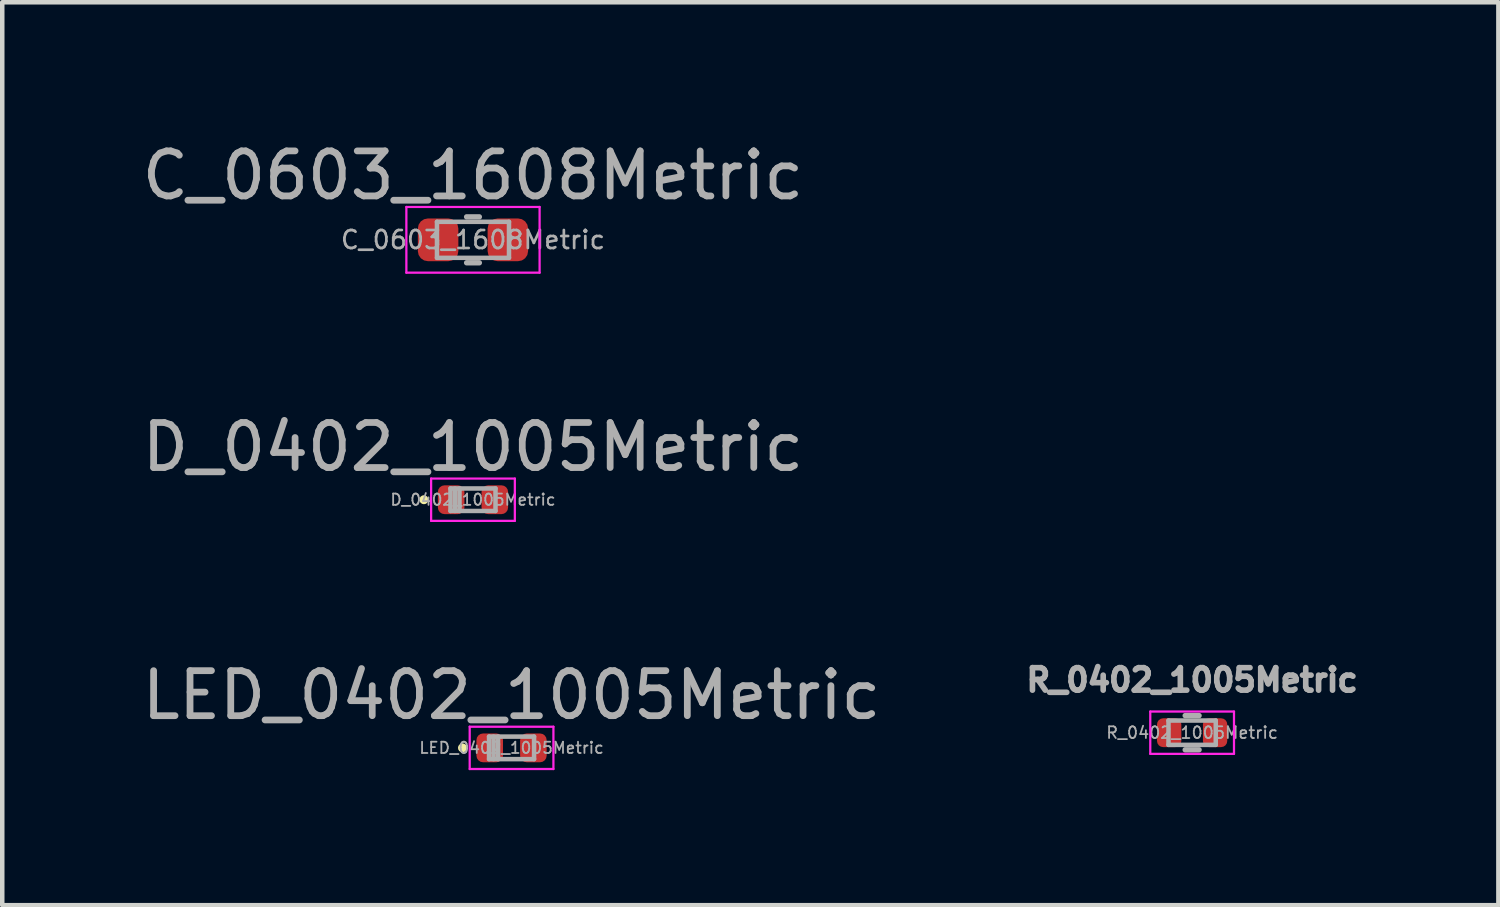
<source format=kicad_pcb>
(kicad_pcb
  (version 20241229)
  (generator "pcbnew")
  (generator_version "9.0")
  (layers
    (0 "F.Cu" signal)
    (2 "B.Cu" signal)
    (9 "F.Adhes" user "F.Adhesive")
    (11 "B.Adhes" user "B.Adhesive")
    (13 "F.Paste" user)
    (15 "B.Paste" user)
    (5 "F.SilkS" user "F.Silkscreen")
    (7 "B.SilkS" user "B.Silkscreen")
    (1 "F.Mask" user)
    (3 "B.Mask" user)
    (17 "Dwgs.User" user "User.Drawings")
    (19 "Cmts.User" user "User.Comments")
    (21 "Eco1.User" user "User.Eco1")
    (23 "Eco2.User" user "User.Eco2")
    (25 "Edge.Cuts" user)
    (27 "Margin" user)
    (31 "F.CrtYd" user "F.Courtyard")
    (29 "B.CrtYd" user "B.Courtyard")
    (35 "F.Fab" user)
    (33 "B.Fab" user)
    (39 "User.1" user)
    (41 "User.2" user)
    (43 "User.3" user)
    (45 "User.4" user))
  (footprint "D_0402_1005Metric"
    (layer "F.Cu")
    (at 7.458 8.052)
    (property "Reference" "D_0402_1005Metric" (at 0 -1.17 0) (layer "F.Fab") (effects (font (size 1 1) (thickness 0.15))))
    (attr smd)
    (fp_circle (center -1.09 0) (end -1.04 0) (stroke (width 0.1) (type solid)) (fill no) (layer "F.SilkS"))
    (fp_line (start -0.93 -0.47) (end 0.93 -0.47) (stroke (width 0.05) (type solid)) (layer "F.CrtYd"))
    (fp_line (start -0.93 0.47) (end -0.93 -0.47) (stroke (width 0.05) (type solid)) (layer "F.CrtYd"))
    (fp_line (start 0.93 -0.47) (end 0.93 0.47) (stroke (width 0.05) (type solid)) (layer "F.CrtYd"))
    (fp_line (start 0.93 0.47) (end -0.93 0.47) (stroke (width 0.05) (type solid)) (layer "F.CrtYd"))
    (fp_line (start -0.5 -0.25) (end 0.5 -0.25) (stroke (width 0.1) (type solid)) (layer "F.Fab"))
    (fp_line (start -0.5 0.25) (end -0.5 -0.25) (stroke (width 0.1) (type solid)) (layer "F.Fab"))
    (fp_line (start -0.4 0.25) (end -0.4 -0.25) (stroke (width 0.1) (type solid)) (layer "F.Fab"))
    (fp_line (start -0.3 0.25) (end -0.3 -0.25) (stroke (width 0.1) (type solid)) (layer "F.Fab"))
    (fp_line (start 0.5 -0.25) (end 0.5 0.25) (stroke (width 0.1) (type solid)) (layer "F.Fab"))
    (fp_line (start 0.5 0.25) (end -0.5 0.25) (stroke (width 0.1) (type solid)) (layer "F.Fab"))
    (fp_text user "${REFERENCE}" (at 0 0 0) (layer "F.Fab") (effects (font (size 0.25 0.25) (thickness 0.04))))
    (pad "1" smd roundrect (at -0.485 0) (size 0.59 0.64) (layers "F.Cu" "F.Mask" "F.Paste") (roundrect_rratio 0.25))
    (pad "2" smd roundrect (at 0.485 0) (size 0.59 0.64) (layers "F.Cu" "F.Mask" "F.Paste") (roundrect_rratio 0.25)))
  (footprint "LED_0402_1005Metric"
    (layer "F.Cu")
    (at 8.315 13.565)
    (property "Reference" "LED_0402_1005Metric" (at 0 -1.17 0) (layer "F.Fab") (effects (font (size 1 1) (thickness 0.15))))
    (attr smd)
    (fp_circle (center -1.09 0) (end -1.04 0) (stroke (width 0.1) (type solid)) (fill no) (layer "F.SilkS"))
    (fp_line (start -0.93 -0.47) (end 0.93 -0.47) (stroke (width 0.05) (type solid)) (layer "F.CrtYd"))
    (fp_line (start -0.93 0.47) (end -0.93 -0.47) (stroke (width 0.05) (type solid)) (layer "F.CrtYd"))
    (fp_line (start 0.93 -0.47) (end 0.93 0.47) (stroke (width 0.05) (type solid)) (layer "F.CrtYd"))
    (fp_line (start 0.93 0.47) (end -0.93 0.47) (stroke (width 0.05) (type solid)) (layer "F.CrtYd"))
    (fp_line (start -0.5 -0.25) (end 0.5 -0.25) (stroke (width 0.1) (type solid)) (layer "F.Fab"))
    (fp_line (start -0.5 0.25) (end -0.5 -0.25) (stroke (width 0.1) (type solid)) (layer "F.Fab"))
    (fp_line (start -0.4 0.25) (end -0.4 -0.25) (stroke (width 0.1) (type solid)) (layer "F.Fab"))
    (fp_line (start -0.3 0.25) (end -0.3 -0.25) (stroke (width 0.1) (type solid)) (layer "F.Fab"))
    (fp_line (start 0.5 -0.25) (end 0.5 0.25) (stroke (width 0.1) (type solid)) (layer "F.Fab"))
    (fp_line (start 0.5 0.25) (end -0.5 0.25) (stroke (width 0.1) (type solid)) (layer "F.Fab"))
    (fp_text user "${REFERENCE}" (at 0 0 0) (layer "F.Fab") (effects (font (size 0.25 0.25) (thickness 0.04))))
    (pad "1" smd roundrect (at -0.485 0) (size 0.59 0.64) (layers "F.Cu" "F.Mask" "F.Paste") (roundrect_rratio 0.25))
    (pad "2" smd roundrect (at 0.485 0) (size 0.59 0.64) (layers "F.Cu" "F.Mask" "F.Paste") (roundrect_rratio 0.25)))
  (footprint "R_0402_1005Metric"
    (layer "F.Cu")
    (at 23.435 13.228)
    (property "Reference" "R_0402_1005Metric" (at 0 -1.17 0) (layer "F.Fab") (effects (font (size 0.5 0.5) (thickness 0.125))))
    (attr smd)
    (fp_line (start -0.93 -0.47) (end 0.93 -0.47) (stroke (width 0.05) (type solid)) (layer "F.CrtYd"))
    (fp_line (start -0.93 0.47) (end -0.93 -0.47) (stroke (width 0.05) (type solid)) (layer "F.CrtYd"))
    (fp_line (start 0.93 -0.47) (end 0.93 0.47) (stroke (width 0.05) (type solid)) (layer "F.CrtYd"))
    (fp_line (start 0.93 0.47) (end -0.93 0.47) (stroke (width 0.05) (type solid)) (layer "F.CrtYd"))
    (fp_line (start -0.525 -0.27) (end 0.525 -0.27) (stroke (width 0.1) (type solid)) (layer "F.Fab"))
    (fp_line (start -0.525 0.27) (end -0.525 -0.27) (stroke (width 0.1) (type solid)) (layer "F.Fab"))
    (fp_line (start -0.154 -0.38) (end 0.154 -0.38) (stroke (width 0.12) (type solid)) (layer "F.Fab"))
    (fp_line (start -0.154 0.38) (end 0.154 0.38) (stroke (width 0.12) (type solid)) (layer "F.Fab"))
    (fp_line (start 0.525 -0.27) (end 0.525 0.27) (stroke (width 0.1) (type solid)) (layer "F.Fab"))
    (fp_line (start 0.525 0.27) (end -0.525 0.27) (stroke (width 0.1) (type solid)) (layer "F.Fab"))
    (fp_text user "${REFERENCE}" (at 0 0 0) (layer "F.Fab") (effects (font (size 0.26 0.26) (thickness 0.04))))
    (pad "1" smd roundrect (at -0.51 0) (size 0.54 0.64) (layers "F.Cu" "F.Mask" "F.Paste") (roundrect_rratio 0.25))
    (pad "2" smd roundrect (at 0.51 0) (size 0.54 0.64) (layers "F.Cu" "F.Mask" "F.Paste") (roundrect_rratio 0.25)))
  (footprint "C_0603_1608Metric"
    (layer "F.Cu")
    (at 7.458 2.278)
    (property "Reference" "C_0603_1608Metric" (at 0 -1.43 0) (layer "F.Fab") (effects (font (size 1 1) (thickness 0.15))))
    (attr smd)
    (fp_line (start -1.48 -0.73) (end 1.48 -0.73) (stroke (width 0.05) (type solid)) (layer "F.CrtYd"))
    (fp_line (start -1.48 0.73) (end -1.48 -0.73) (stroke (width 0.05) (type solid)) (layer "F.CrtYd"))
    (fp_line (start 1.48 -0.73) (end 1.48 0.73) (stroke (width 0.05) (type solid)) (layer "F.CrtYd"))
    (fp_line (start 1.48 0.73) (end -1.48 0.73) (stroke (width 0.05) (type solid)) (layer "F.CrtYd"))
    (fp_line (start -0.8 -0.4) (end 0.8 -0.4) (stroke (width 0.1) (type solid)) (layer "F.Fab"))
    (fp_line (start -0.8 0.4) (end -0.8 -0.4) (stroke (width 0.1) (type solid)) (layer "F.Fab"))
    (fp_line (start -0.141 -0.51) (end 0.141 -0.51) (stroke (width 0.12) (type solid)) (layer "F.Fab"))
    (fp_line (start -0.141 0.51) (end 0.141 0.51) (stroke (width 0.12) (type solid)) (layer "F.Fab"))
    (fp_line (start 0.8 -0.4) (end 0.8 0.4) (stroke (width 0.1) (type solid)) (layer "F.Fab"))
    (fp_line (start 0.8 0.4) (end -0.8 0.4) (stroke (width 0.1) (type solid)) (layer "F.Fab"))
    (fp_text user "${REFERENCE}" (at 0 0 0) (layer "F.Fab") (effects (font (size 0.4 0.4) (thickness 0.06))))
    (pad "1" smd roundrect (at -0.775 0) (size 0.9 0.95) (layers "F.Cu" "F.Mask" "F.Paste") (roundrect_rratio 0.25))
    (pad "2" smd roundrect (at 0.775 0) (size 0.9 0.95) (layers "F.Cu" "F.Mask" "F.Paste") (roundrect_rratio 0.25)))
  (gr_rect
    (start -3 -3)
    (end 30.239 17.06)
    (stroke (width 0.1) (type default))
    (fill no)
    (layer "Edge.Cuts")))
</source>
